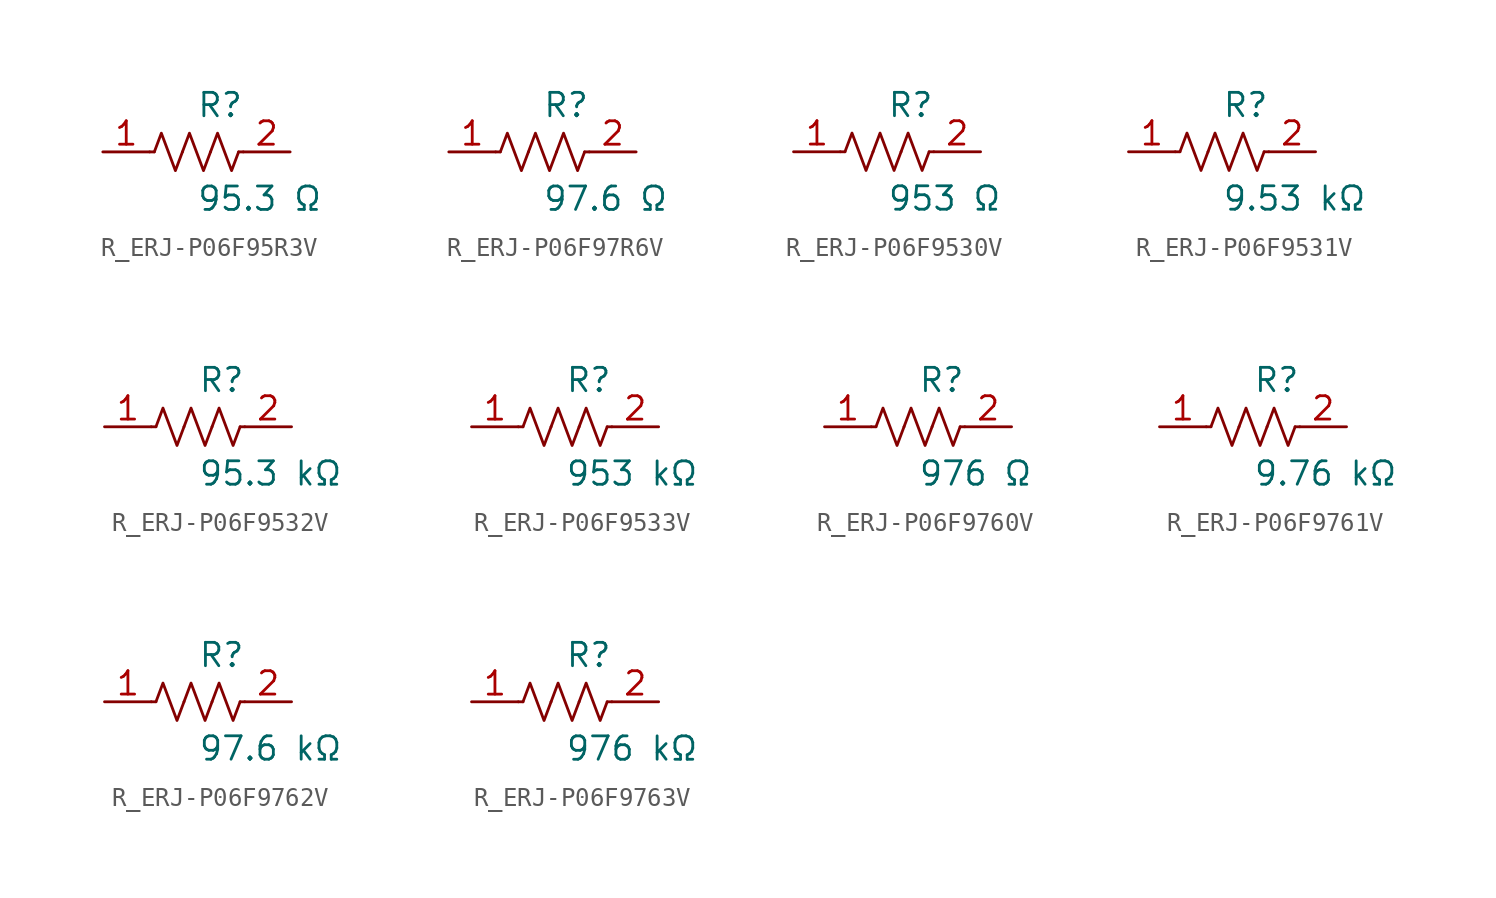
<source format=kicad_sym>
(kicad_symbol_lib
  (version 20231120)
  (generator kicad_symbol_editor)
  (generator_version 8.0)
  (symbol "R_ERJ-P06F95R3V"
    (pin_names
      (offset 0.254))
    (property "Reference" "R"
      (at 0.0 2.54 0)
      (effects (font (size 1.27 1.27)) (justify left)))
    (property "Value" "95.3 Ω"
      (at 0.0 -2.54 0)
      (effects (font (size 1.27 1.27)) (justify left)))
    (symbol "R_ERJ-P06F95R3V_0_1"
      (polyline (pts (xy 2.286 0) (xy 2.54 0)) (stroke (width 0) (type default)) (fill (type none)))
      (polyline (pts (xy -2.286 0) (xy -2.54 0)) (stroke (width 0) (type default)) (fill (type none)))
      (polyline (pts (xy 0.762 0) (xy 1.143 1.016) (xy 1.524 0) (xy 1.905 -1.016) (xy 2.286 0)) (stroke (width 0) (type default)) (fill (type none)))
      (polyline (pts (xy -0.762 0) (xy -0.381 1.016) (xy 0 0) (xy 0.381 -1.016) (xy 0.762 0)) (stroke (width 0) (type default)) (fill (type none)))
      (polyline (pts (xy -2.286 0) (xy -1.905 1.016) (xy -1.524 0) (xy -1.143 -1.016) (xy -0.762 0)) (stroke (width 0) (type default)) (fill (type none))))
    (pin unspecified line
      (at -5.08 0 0)
      (length 2.54)
      (name "" (effects (font (size 1.27 1.27))))
      (number "1" (effects (font (size 1.27 1.27)))))
    (pin unspecified line
      (at 5.08 0 180)
      (length 2.54)
      (name "" (effects (font (size 1.27 1.27))))
      (number "2" (effects (font (size 1.27 1.27))))))
  (symbol "R_ERJ-P06F97R6V"
    (pin_names
      (offset 0.254))
    (property "Reference" "R"
      (at 0.0 2.54 0)
      (effects (font (size 1.27 1.27)) (justify left)))
    (property "Value" "97.6 Ω"
      (at 0.0 -2.54 0)
      (effects (font (size 1.27 1.27)) (justify left)))
    (symbol "R_ERJ-P06F97R6V_0_1"
      (polyline (pts (xy 2.286 0) (xy 2.54 0)) (stroke (width 0) (type default)) (fill (type none)))
      (polyline (pts (xy -2.286 0) (xy -2.54 0)) (stroke (width 0) (type default)) (fill (type none)))
      (polyline (pts (xy 0.762 0) (xy 1.143 1.016) (xy 1.524 0) (xy 1.905 -1.016) (xy 2.286 0)) (stroke (width 0) (type default)) (fill (type none)))
      (polyline (pts (xy -0.762 0) (xy -0.381 1.016) (xy 0 0) (xy 0.381 -1.016) (xy 0.762 0)) (stroke (width 0) (type default)) (fill (type none)))
      (polyline (pts (xy -2.286 0) (xy -1.905 1.016) (xy -1.524 0) (xy -1.143 -1.016) (xy -0.762 0)) (stroke (width 0) (type default)) (fill (type none))))
    (pin unspecified line
      (at -5.08 0 0)
      (length 2.54)
      (name "" (effects (font (size 1.27 1.27))))
      (number "1" (effects (font (size 1.27 1.27)))))
    (pin unspecified line
      (at 5.08 0 180)
      (length 2.54)
      (name "" (effects (font (size 1.27 1.27))))
      (number "2" (effects (font (size 1.27 1.27))))))
  (symbol "R_ERJ-P06F9530V"
    (pin_names
      (offset 0.254))
    (property "Reference" "R"
      (at 0.0 2.54 0)
      (effects (font (size 1.27 1.27)) (justify left)))
    (property "Value" "953 Ω"
      (at 0.0 -2.54 0)
      (effects (font (size 1.27 1.27)) (justify left)))
    (symbol "R_ERJ-P06F9530V_0_1"
      (polyline (pts (xy 2.286 0) (xy 2.54 0)) (stroke (width 0) (type default)) (fill (type none)))
      (polyline (pts (xy -2.286 0) (xy -2.54 0)) (stroke (width 0) (type default)) (fill (type none)))
      (polyline (pts (xy 0.762 0) (xy 1.143 1.016) (xy 1.524 0) (xy 1.905 -1.016) (xy 2.286 0)) (stroke (width 0) (type default)) (fill (type none)))
      (polyline (pts (xy -0.762 0) (xy -0.381 1.016) (xy 0 0) (xy 0.381 -1.016) (xy 0.762 0)) (stroke (width 0) (type default)) (fill (type none)))
      (polyline (pts (xy -2.286 0) (xy -1.905 1.016) (xy -1.524 0) (xy -1.143 -1.016) (xy -0.762 0)) (stroke (width 0) (type default)) (fill (type none))))
    (pin unspecified line
      (at -5.08 0 0)
      (length 2.54)
      (name "" (effects (font (size 1.27 1.27))))
      (number "1" (effects (font (size 1.27 1.27)))))
    (pin unspecified line
      (at 5.08 0 180)
      (length 2.54)
      (name "" (effects (font (size 1.27 1.27))))
      (number "2" (effects (font (size 1.27 1.27))))))
  (symbol "R_ERJ-P06F9531V"
    (pin_names
      (offset 0.254))
    (property "Reference" "R"
      (at 0.0 2.54 0)
      (effects (font (size 1.27 1.27)) (justify left)))
    (property "Value" "9.53 kΩ"
      (at 0.0 -2.54 0)
      (effects (font (size 1.27 1.27)) (justify left)))
    (symbol "R_ERJ-P06F9531V_0_1"
      (polyline (pts (xy 2.286 0) (xy 2.54 0)) (stroke (width 0) (type default)) (fill (type none)))
      (polyline (pts (xy -2.286 0) (xy -2.54 0)) (stroke (width 0) (type default)) (fill (type none)))
      (polyline (pts (xy 0.762 0) (xy 1.143 1.016) (xy 1.524 0) (xy 1.905 -1.016) (xy 2.286 0)) (stroke (width 0) (type default)) (fill (type none)))
      (polyline (pts (xy -0.762 0) (xy -0.381 1.016) (xy 0 0) (xy 0.381 -1.016) (xy 0.762 0)) (stroke (width 0) (type default)) (fill (type none)))
      (polyline (pts (xy -2.286 0) (xy -1.905 1.016) (xy -1.524 0) (xy -1.143 -1.016) (xy -0.762 0)) (stroke (width 0) (type default)) (fill (type none))))
    (pin unspecified line
      (at -5.08 0 0)
      (length 2.54)
      (name "" (effects (font (size 1.27 1.27))))
      (number "1" (effects (font (size 1.27 1.27)))))
    (pin unspecified line
      (at 5.08 0 180)
      (length 2.54)
      (name "" (effects (font (size 1.27 1.27))))
      (number "2" (effects (font (size 1.27 1.27))))))
  (symbol "R_ERJ-P06F9532V"
    (pin_names
      (offset 0.254))
    (property "Reference" "R"
      (at 0.0 2.54 0)
      (effects (font (size 1.27 1.27)) (justify left)))
    (property "Value" "95.3 kΩ"
      (at 0.0 -2.54 0)
      (effects (font (size 1.27 1.27)) (justify left)))
    (symbol "R_ERJ-P06F9532V_0_1"
      (polyline (pts (xy 2.286 0) (xy 2.54 0)) (stroke (width 0) (type default)) (fill (type none)))
      (polyline (pts (xy -2.286 0) (xy -2.54 0)) (stroke (width 0) (type default)) (fill (type none)))
      (polyline (pts (xy 0.762 0) (xy 1.143 1.016) (xy 1.524 0) (xy 1.905 -1.016) (xy 2.286 0)) (stroke (width 0) (type default)) (fill (type none)))
      (polyline (pts (xy -0.762 0) (xy -0.381 1.016) (xy 0 0) (xy 0.381 -1.016) (xy 0.762 0)) (stroke (width 0) (type default)) (fill (type none)))
      (polyline (pts (xy -2.286 0) (xy -1.905 1.016) (xy -1.524 0) (xy -1.143 -1.016) (xy -0.762 0)) (stroke (width 0) (type default)) (fill (type none))))
    (pin unspecified line
      (at -5.08 0 0)
      (length 2.54)
      (name "" (effects (font (size 1.27 1.27))))
      (number "1" (effects (font (size 1.27 1.27)))))
    (pin unspecified line
      (at 5.08 0 180)
      (length 2.54)
      (name "" (effects (font (size 1.27 1.27))))
      (number "2" (effects (font (size 1.27 1.27))))))
  (symbol "R_ERJ-P06F9533V"
    (pin_names
      (offset 0.254))
    (property "Reference" "R"
      (at 0.0 2.54 0)
      (effects (font (size 1.27 1.27)) (justify left)))
    (property "Value" "953 kΩ"
      (at 0.0 -2.54 0)
      (effects (font (size 1.27 1.27)) (justify left)))
    (symbol "R_ERJ-P06F9533V_0_1"
      (polyline (pts (xy 2.286 0) (xy 2.54 0)) (stroke (width 0) (type default)) (fill (type none)))
      (polyline (pts (xy -2.286 0) (xy -2.54 0)) (stroke (width 0) (type default)) (fill (type none)))
      (polyline (pts (xy 0.762 0) (xy 1.143 1.016) (xy 1.524 0) (xy 1.905 -1.016) (xy 2.286 0)) (stroke (width 0) (type default)) (fill (type none)))
      (polyline (pts (xy -0.762 0) (xy -0.381 1.016) (xy 0 0) (xy 0.381 -1.016) (xy 0.762 0)) (stroke (width 0) (type default)) (fill (type none)))
      (polyline (pts (xy -2.286 0) (xy -1.905 1.016) (xy -1.524 0) (xy -1.143 -1.016) (xy -0.762 0)) (stroke (width 0) (type default)) (fill (type none))))
    (pin unspecified line
      (at -5.08 0 0)
      (length 2.54)
      (name "" (effects (font (size 1.27 1.27))))
      (number "1" (effects (font (size 1.27 1.27)))))
    (pin unspecified line
      (at 5.08 0 180)
      (length 2.54)
      (name "" (effects (font (size 1.27 1.27))))
      (number "2" (effects (font (size 1.27 1.27))))))
  (symbol "R_ERJ-P06F9760V"
    (pin_names
      (offset 0.254))
    (property "Reference" "R"
      (at 0.0 2.54 0)
      (effects (font (size 1.27 1.27)) (justify left)))
    (property "Value" "976 Ω"
      (at 0.0 -2.54 0)
      (effects (font (size 1.27 1.27)) (justify left)))
    (symbol "R_ERJ-P06F9760V_0_1"
      (polyline (pts (xy 2.286 0) (xy 2.54 0)) (stroke (width 0) (type default)) (fill (type none)))
      (polyline (pts (xy -2.286 0) (xy -2.54 0)) (stroke (width 0) (type default)) (fill (type none)))
      (polyline (pts (xy 0.762 0) (xy 1.143 1.016) (xy 1.524 0) (xy 1.905 -1.016) (xy 2.286 0)) (stroke (width 0) (type default)) (fill (type none)))
      (polyline (pts (xy -0.762 0) (xy -0.381 1.016) (xy 0 0) (xy 0.381 -1.016) (xy 0.762 0)) (stroke (width 0) (type default)) (fill (type none)))
      (polyline (pts (xy -2.286 0) (xy -1.905 1.016) (xy -1.524 0) (xy -1.143 -1.016) (xy -0.762 0)) (stroke (width 0) (type default)) (fill (type none))))
    (pin unspecified line
      (at -5.08 0 0)
      (length 2.54)
      (name "" (effects (font (size 1.27 1.27))))
      (number "1" (effects (font (size 1.27 1.27)))))
    (pin unspecified line
      (at 5.08 0 180)
      (length 2.54)
      (name "" (effects (font (size 1.27 1.27))))
      (number "2" (effects (font (size 1.27 1.27))))))
  (symbol "R_ERJ-P06F9761V"
    (pin_names
      (offset 0.254))
    (property "Reference" "R"
      (at 0.0 2.54 0)
      (effects (font (size 1.27 1.27)) (justify left)))
    (property "Value" "9.76 kΩ"
      (at 0.0 -2.54 0)
      (effects (font (size 1.27 1.27)) (justify left)))
    (symbol "R_ERJ-P06F9761V_0_1"
      (polyline (pts (xy 2.286 0) (xy 2.54 0)) (stroke (width 0) (type default)) (fill (type none)))
      (polyline (pts (xy -2.286 0) (xy -2.54 0)) (stroke (width 0) (type default)) (fill (type none)))
      (polyline (pts (xy 0.762 0) (xy 1.143 1.016) (xy 1.524 0) (xy 1.905 -1.016) (xy 2.286 0)) (stroke (width 0) (type default)) (fill (type none)))
      (polyline (pts (xy -0.762 0) (xy -0.381 1.016) (xy 0 0) (xy 0.381 -1.016) (xy 0.762 0)) (stroke (width 0) (type default)) (fill (type none)))
      (polyline (pts (xy -2.286 0) (xy -1.905 1.016) (xy -1.524 0) (xy -1.143 -1.016) (xy -0.762 0)) (stroke (width 0) (type default)) (fill (type none))))
    (pin unspecified line
      (at -5.08 0 0)
      (length 2.54)
      (name "" (effects (font (size 1.27 1.27))))
      (number "1" (effects (font (size 1.27 1.27)))))
    (pin unspecified line
      (at 5.08 0 180)
      (length 2.54)
      (name "" (effects (font (size 1.27 1.27))))
      (number "2" (effects (font (size 1.27 1.27))))))
  (symbol "R_ERJ-P06F9762V"
    (pin_names
      (offset 0.254))
    (property "Reference" "R"
      (at 0.0 2.54 0)
      (effects (font (size 1.27 1.27)) (justify left)))
    (property "Value" "97.6 kΩ"
      (at 0.0 -2.54 0)
      (effects (font (size 1.27 1.27)) (justify left)))
    (symbol "R_ERJ-P06F9762V_0_1"
      (polyline (pts (xy 2.286 0) (xy 2.54 0)) (stroke (width 0) (type default)) (fill (type none)))
      (polyline (pts (xy -2.286 0) (xy -2.54 0)) (stroke (width 0) (type default)) (fill (type none)))
      (polyline (pts (xy 0.762 0) (xy 1.143 1.016) (xy 1.524 0) (xy 1.905 -1.016) (xy 2.286 0)) (stroke (width 0) (type default)) (fill (type none)))
      (polyline (pts (xy -0.762 0) (xy -0.381 1.016) (xy 0 0) (xy 0.381 -1.016) (xy 0.762 0)) (stroke (width 0) (type default)) (fill (type none)))
      (polyline (pts (xy -2.286 0) (xy -1.905 1.016) (xy -1.524 0) (xy -1.143 -1.016) (xy -0.762 0)) (stroke (width 0) (type default)) (fill (type none))))
    (pin unspecified line
      (at -5.08 0 0)
      (length 2.54)
      (name "" (effects (font (size 1.27 1.27))))
      (number "1" (effects (font (size 1.27 1.27)))))
    (pin unspecified line
      (at 5.08 0 180)
      (length 2.54)
      (name "" (effects (font (size 1.27 1.27))))
      (number "2" (effects (font (size 1.27 1.27))))))
  (symbol "R_ERJ-P06F9763V"
    (pin_names
      (offset 0.254))
    (property "Reference" "R"
      (at 0.0 2.54 0)
      (effects (font (size 1.27 1.27)) (justify left)))
    (property "Value" "976 kΩ"
      (at 0.0 -2.54 0)
      (effects (font (size 1.27 1.27)) (justify left)))
    (symbol "R_ERJ-P06F9763V_0_1"
      (polyline (pts (xy 2.286 0) (xy 2.54 0)) (stroke (width 0) (type default)) (fill (type none)))
      (polyline (pts (xy -2.286 0) (xy -2.54 0)) (stroke (width 0) (type default)) (fill (type none)))
      (polyline (pts (xy 0.762 0) (xy 1.143 1.016) (xy 1.524 0) (xy 1.905 -1.016) (xy 2.286 0)) (stroke (width 0) (type default)) (fill (type none)))
      (polyline (pts (xy -0.762 0) (xy -0.381 1.016) (xy 0 0) (xy 0.381 -1.016) (xy 0.762 0)) (stroke (width 0) (type default)) (fill (type none)))
      (polyline (pts (xy -2.286 0) (xy -1.905 1.016) (xy -1.524 0) (xy -1.143 -1.016) (xy -0.762 0)) (stroke (width 0) (type default)) (fill (type none))))
    (pin unspecified line
      (at -5.08 0 0)
      (length 2.54)
      (name "" (effects (font (size 1.27 1.27))))
      (number "1" (effects (font (size 1.27 1.27)))))
    (pin unspecified line
      (at 5.08 0 180)
      (length 2.54)
      (name "" (effects (font (size 1.27 1.27))))
      (number "2" (effects (font (size 1.27 1.27)))))))
</source>
